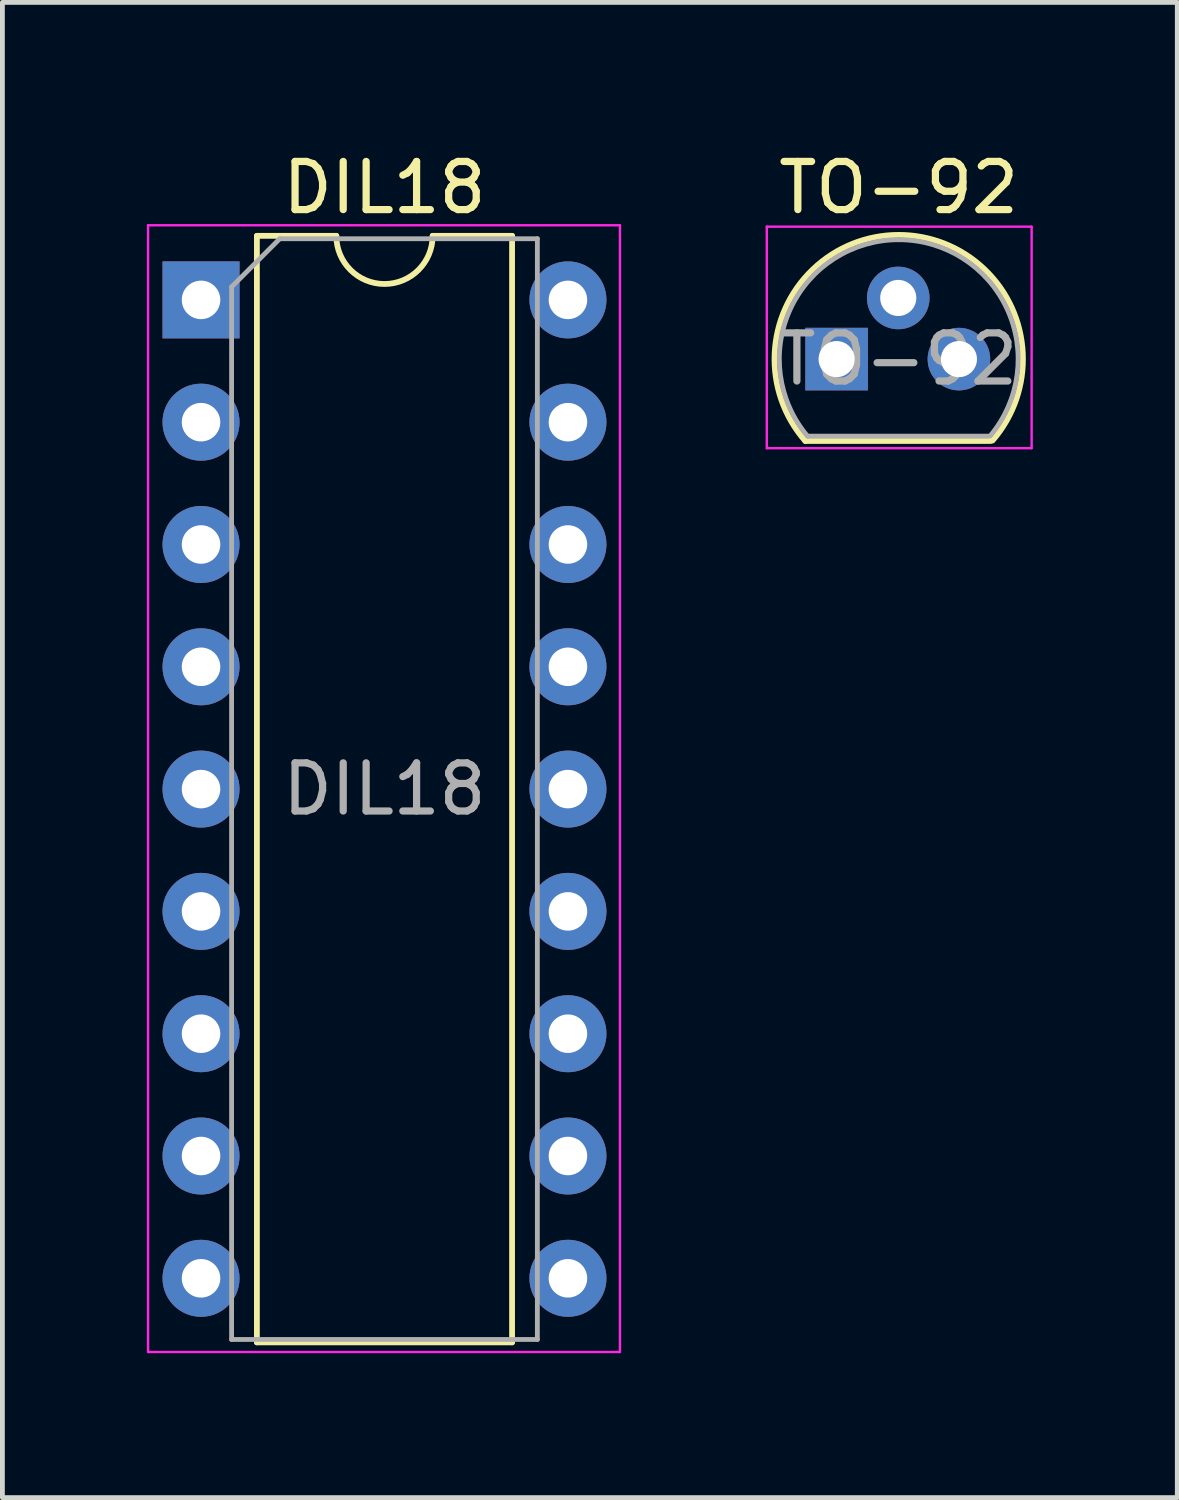
<source format=kicad_pcb>
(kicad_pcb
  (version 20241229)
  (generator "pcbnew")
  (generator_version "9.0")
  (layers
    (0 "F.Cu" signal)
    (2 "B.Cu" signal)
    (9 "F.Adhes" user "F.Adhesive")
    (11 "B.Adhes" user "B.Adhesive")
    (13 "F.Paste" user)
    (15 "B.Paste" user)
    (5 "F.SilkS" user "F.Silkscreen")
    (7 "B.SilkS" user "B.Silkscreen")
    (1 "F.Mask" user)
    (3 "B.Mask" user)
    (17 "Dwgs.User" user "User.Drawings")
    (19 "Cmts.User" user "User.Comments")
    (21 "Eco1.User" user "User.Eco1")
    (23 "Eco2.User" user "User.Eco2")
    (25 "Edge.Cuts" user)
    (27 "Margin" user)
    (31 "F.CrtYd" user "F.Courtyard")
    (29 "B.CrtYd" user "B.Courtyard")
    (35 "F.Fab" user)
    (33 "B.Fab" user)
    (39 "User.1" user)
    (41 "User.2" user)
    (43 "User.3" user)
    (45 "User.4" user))
  (footprint "TO-92"
    (layer "F.Cu")
    (at 14.325 4.408)
    (property "Reference" "TO-92" (at 1.29 -3.56 0) (layer "F.SilkS") (effects (font (size 1 1) (thickness 0.15))))
    (attr through_hole)
    (fp_line (start -0.65 1.7) (end 3.2 1.7) (stroke (width 0.12) (type solid)) (layer "F.SilkS"))
    (fp_arc (start -0.65 1.7) (mid 1.283448 -2.579449) (end 3.238611 1.690122) (stroke (width 0.12) (type solid)) (layer "F.SilkS"))
    (fp_line (start -1.45 -2.75) (end -1.45 1.85) (stroke (width 0.05) (type solid)) (layer "F.CrtYd"))
    (fp_line (start -1.45 -2.75) (end 4.05 -2.75) (stroke (width 0.05) (type solid)) (layer "F.CrtYd"))
    (fp_line (start 4.05 1.85) (end -1.45 1.85) (stroke (width 0.05) (type solid)) (layer "F.CrtYd"))
    (fp_line (start 4.05 1.85) (end 4.05 -2.75) (stroke (width 0.05) (type solid)) (layer "F.CrtYd"))
    (fp_line (start -0.6 1.6) (end 3.15 1.6) (stroke (width 0.1) (type solid)) (layer "F.Fab"))
    (fp_arc (start -0.602818 1.602385) (mid -0.959924 -1.043188) (end 1.29 -2.48) (stroke (width 0.1) (type solid)) (layer "F.Fab"))
    (fp_arc (start 1.29 -2.48) (mid 3.537211 -1.049019) (end 3.191103 1.592547) (stroke (width 0.1) (type solid)) (layer "F.Fab"))
    (fp_text user "${REFERENCE}" (at 1.27 0 0) (layer "F.Fab") (effects (font (size 1 1) (thickness 0.15))))
    (pad "1" thru_hole rect (at 0 0) (size 1.3 1.3) (drill 0.75) (layers "*.Cu" "*.Mask"))
    (pad "2" thru_hole circle (at 1.28 -1.27) (size 1.3 1.3) (drill 0.75) (layers "*.Cu" "*.Mask"))
    (pad "3" thru_hole circle (at 2.54 0) (size 1.3 1.3) (drill 0.75) (layers "*.Cu" "*.Mask")))
  (footprint "DIL18"
    (layer "F.Cu")
    (at 1.125 3.178)
    (property "Reference" "DIL18" (at 3.81 -2.33 0) (layer "F.SilkS") (effects (font (size 1 1) (thickness 0.15))))
    (attr through_hole)
    (fp_line (start 1.16 -1.33) (end 1.16 21.65) (stroke (width 0.12) (type solid)) (layer "F.SilkS"))
    (fp_line (start 1.16 21.65) (end 6.46 21.65) (stroke (width 0.12) (type solid)) (layer "F.SilkS"))
    (fp_line (start 2.81 -1.33) (end 1.16 -1.33) (stroke (width 0.12) (type solid)) (layer "F.SilkS"))
    (fp_line (start 6.46 -1.33) (end 4.81 -1.33) (stroke (width 0.12) (type solid)) (layer "F.SilkS"))
    (fp_line (start 6.46 21.65) (end 6.46 -1.33) (stroke (width 0.12) (type solid)) (layer "F.SilkS"))
    (fp_arc (start 4.81 -1.33) (mid 3.81 -0.33) (end 2.81 -1.33) (stroke (width 0.12) (type solid)) (layer "F.SilkS"))
    (fp_line (start -1.1 -1.55) (end -1.1 21.85) (stroke (width 0.05) (type solid)) (layer "F.CrtYd"))
    (fp_line (start -1.1 21.85) (end 8.7 21.85) (stroke (width 0.05) (type solid)) (layer "F.CrtYd"))
    (fp_line (start 8.7 -1.55) (end -1.1 -1.55) (stroke (width 0.05) (type solid)) (layer "F.CrtYd"))
    (fp_line (start 8.7 21.85) (end 8.7 -1.55) (stroke (width 0.05) (type solid)) (layer "F.CrtYd"))
    (fp_line (start 0.635 -0.27) (end 1.635 -1.27) (stroke (width 0.1) (type solid)) (layer "F.Fab"))
    (fp_line (start 0.635 21.59) (end 0.635 -0.27) (stroke (width 0.1) (type solid)) (layer "F.Fab"))
    (fp_line (start 1.635 -1.27) (end 6.985 -1.27) (stroke (width 0.1) (type solid)) (layer "F.Fab"))
    (fp_line (start 6.985 -1.27) (end 6.985 21.59) (stroke (width 0.1) (type solid)) (layer "F.Fab"))
    (fp_line (start 6.985 21.59) (end 0.635 21.59) (stroke (width 0.1) (type solid)) (layer "F.Fab"))
    (fp_text user "${REFERENCE}" (at 3.81 10.16 0) (layer "F.Fab") (effects (font (size 1 1) (thickness 0.15))))
    (pad "1" thru_hole rect (at 0 0) (size 1.6 1.6) (drill 0.8) (layers "*.Cu" "*.Mask"))
    (pad "2" thru_hole oval (at 0 2.54) (size 1.6 1.6) (drill 0.8) (layers "*.Cu" "*.Mask"))
    (pad "3" thru_hole oval (at 0 5.08) (size 1.6 1.6) (drill 0.8) (layers "*.Cu" "*.Mask"))
    (pad "4" thru_hole oval (at 0 7.62) (size 1.6 1.6) (drill 0.8) (layers "*.Cu" "*.Mask"))
    (pad "5" thru_hole oval (at 0 10.16) (size 1.6 1.6) (drill 0.8) (layers "*.Cu" "*.Mask"))
    (pad "6" thru_hole oval (at 0 12.7) (size 1.6 1.6) (drill 0.8) (layers "*.Cu" "*.Mask"))
    (pad "7" thru_hole oval (at 0 15.24) (size 1.6 1.6) (drill 0.8) (layers "*.Cu" "*.Mask"))
    (pad "8" thru_hole oval (at 0 17.78) (size 1.6 1.6) (drill 0.8) (layers "*.Cu" "*.Mask"))
    (pad "9" thru_hole oval (at 0 20.32) (size 1.6 1.6) (drill 0.8) (layers "*.Cu" "*.Mask"))
    (pad "10" thru_hole oval (at 7.62 20.32) (size 1.6 1.6) (drill 0.8) (layers "*.Cu" "*.Mask"))
    (pad "11" thru_hole oval (at 7.62 17.78) (size 1.6 1.6) (drill 0.8) (layers "*.Cu" "*.Mask"))
    (pad "12" thru_hole oval (at 7.62 15.24) (size 1.6 1.6) (drill 0.8) (layers "*.Cu" "*.Mask"))
    (pad "13" thru_hole oval (at 7.62 12.7) (size 1.6 1.6) (drill 0.8) (layers "*.Cu" "*.Mask"))
    (pad "14" thru_hole oval (at 7.62 10.16) (size 1.6 1.6) (drill 0.8) (layers "*.Cu" "*.Mask"))
    (pad "15" thru_hole oval (at 7.62 7.62) (size 1.6 1.6) (drill 0.8) (layers "*.Cu" "*.Mask"))
    (pad "16" thru_hole oval (at 7.62 5.08) (size 1.6 1.6) (drill 0.8) (layers "*.Cu" "*.Mask"))
    (pad "17" thru_hole oval (at 7.62 2.54) (size 1.6 1.6) (drill 0.8) (layers "*.Cu" "*.Mask"))
    (pad "18" thru_hole oval (at 7.62 0) (size 1.6 1.6) (drill 0.8) (layers "*.Cu" "*.Mask")))
  (gr_rect
    (start -3 -3)
    (end 21.4 28.053)
    (stroke (width 0.1) (type default))
    (fill no)
    (layer "Edge.Cuts")))
</source>
